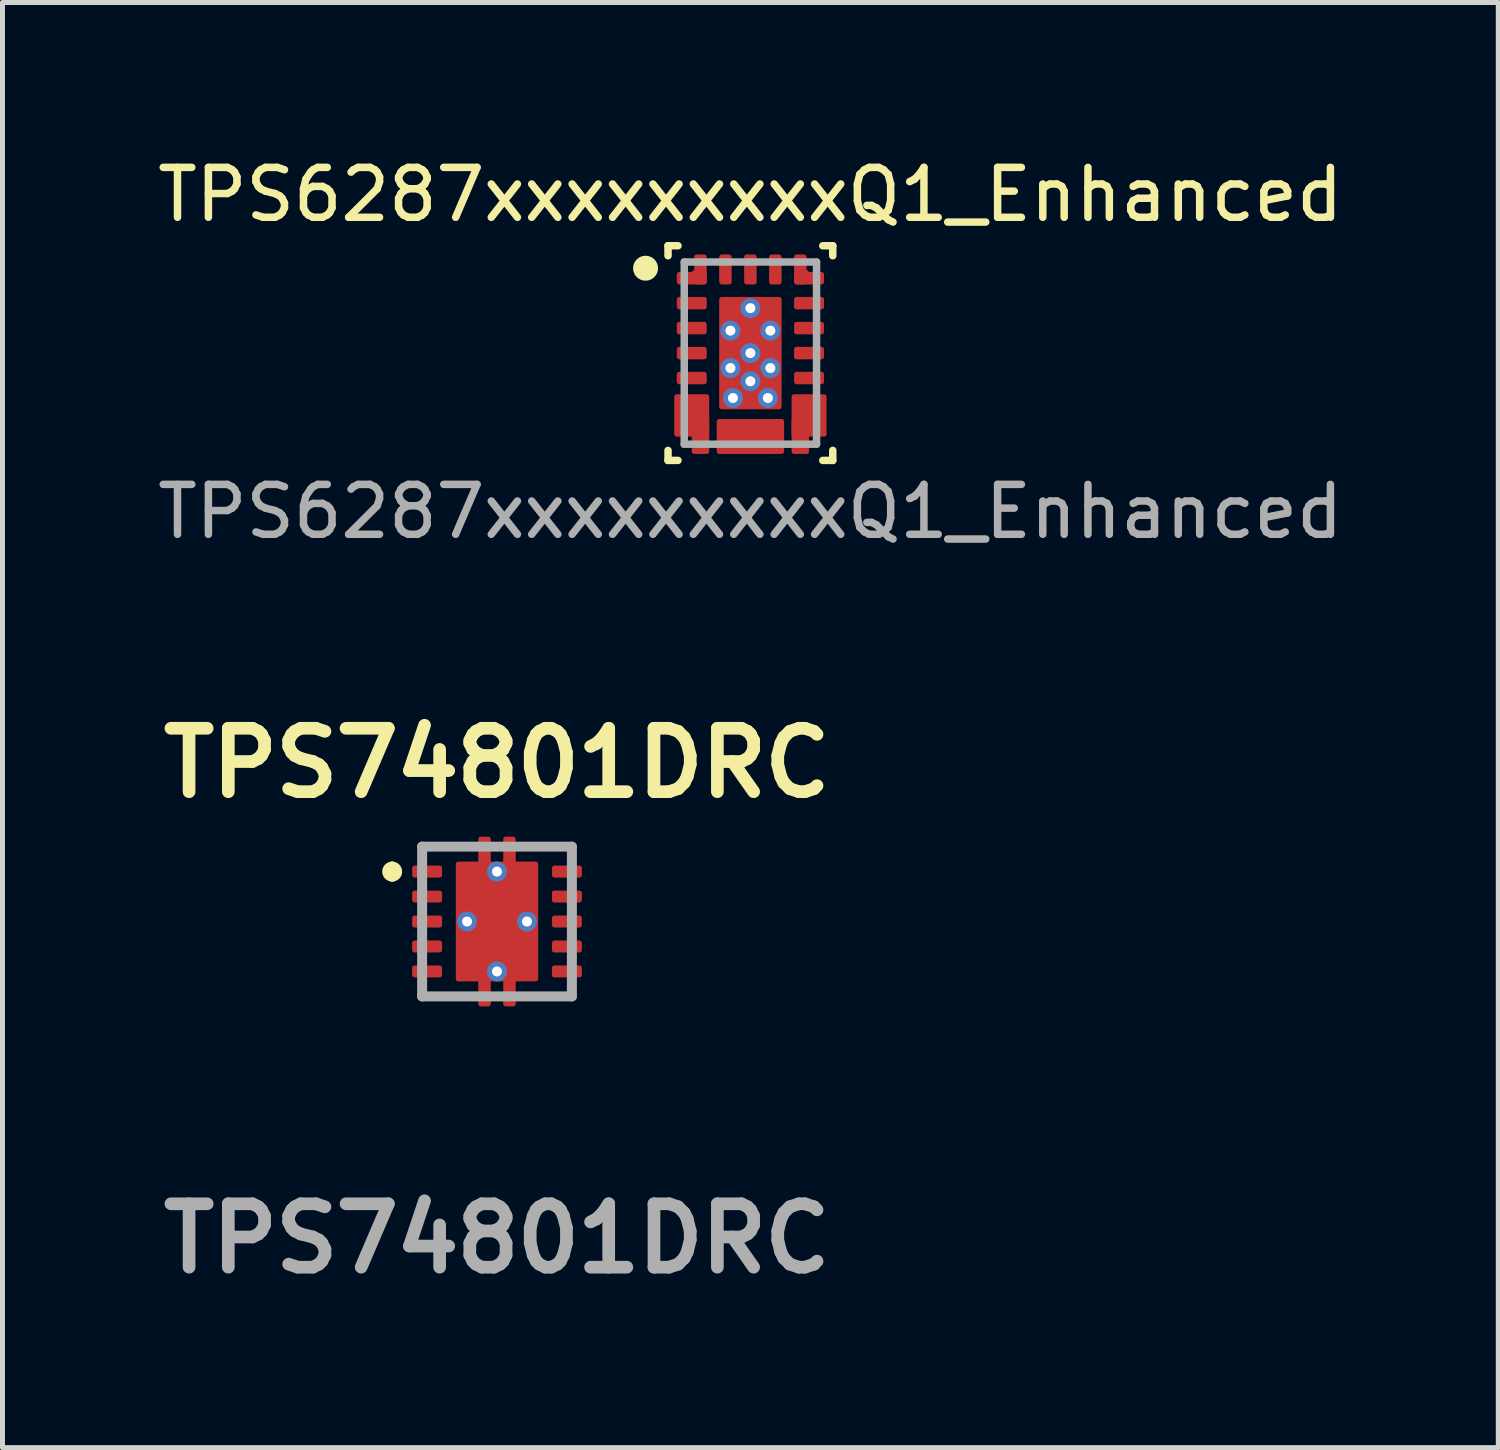
<source format=kicad_pcb>
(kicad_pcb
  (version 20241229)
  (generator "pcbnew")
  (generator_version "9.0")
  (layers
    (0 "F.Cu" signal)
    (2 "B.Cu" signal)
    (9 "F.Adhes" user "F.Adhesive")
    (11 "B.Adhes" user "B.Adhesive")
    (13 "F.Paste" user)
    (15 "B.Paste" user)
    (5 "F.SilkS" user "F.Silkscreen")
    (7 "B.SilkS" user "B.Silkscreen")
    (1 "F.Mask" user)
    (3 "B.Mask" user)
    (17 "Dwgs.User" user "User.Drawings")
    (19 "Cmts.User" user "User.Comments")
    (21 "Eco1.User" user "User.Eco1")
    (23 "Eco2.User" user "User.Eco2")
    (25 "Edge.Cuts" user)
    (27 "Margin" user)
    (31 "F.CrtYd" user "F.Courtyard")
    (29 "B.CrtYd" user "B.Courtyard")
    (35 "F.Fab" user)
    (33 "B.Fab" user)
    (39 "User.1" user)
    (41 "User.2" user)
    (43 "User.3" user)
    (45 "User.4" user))
  (footprint "TPS74801DRC"
    (layer "F.Cu")
    (at 6.906 15.41)
    (property "Reference" "TPS74801DRC" (at 0 -3.175 0) (layer "F.SilkS") (effects (font (size 1.27 1.27) (thickness 0.254))))
    (attr smd)
    (fp_line (start -2.1 -1.1) (end -2.1 -1.1) (stroke (width 0.2) (type solid)) (layer "F.SilkS"))
    (fp_line (start -2.1 -0.9) (end -2.1 -0.9) (stroke (width 0.2) (type solid)) (layer "F.SilkS"))
    (fp_line (start -1.5 -1.5) (end -0.6 -1.5) (stroke (width 0.1) (type solid)) (layer "F.SilkS"))
    (fp_line (start -1.5 -1.3) (end -1.5 -1.5) (stroke (width 0.1) (type solid)) (layer "F.SilkS"))
    (fp_line (start -1.5 1.3) (end -1.5 1.5) (stroke (width 0.1) (type solid)) (layer "F.SilkS"))
    (fp_line (start -1.5 1.5) (end -0.6 1.5) (stroke (width 0.1) (type solid)) (layer "F.SilkS"))
    (fp_line (start 0.6 -1.5) (end 1.5 -1.5) (stroke (width 0.1) (type solid)) (layer "F.SilkS"))
    (fp_line (start 0.6 1.5) (end 1.5 1.5) (stroke (width 0.1) (type solid)) (layer "F.SilkS"))
    (fp_line (start 1.5 -1.5) (end 1.5 -1.3) (stroke (width 0.1) (type solid)) (layer "F.SilkS"))
    (fp_line (start 1.5 1.5) (end 1.5 1.3) (stroke (width 0.1) (type solid)) (layer "F.SilkS"))
    (fp_arc (start -2.1 -1.1) (mid -2 -1) (end -2.1 -0.9) (stroke (width 0.2) (type solid)) (layer "F.SilkS"))
    (fp_arc (start -2.1 -0.9) (mid -2.2 -1) (end -2.1 -1.1) (stroke (width 0.2) (type solid)) (layer "F.SilkS"))
    (fp_rect (start -0.7 -0.85) (end 0.7 -0.15) (stroke (width 0.1) (type solid)) (fill yes) (layer "F.Paste"))
    (fp_rect (start -0.7 0.15) (end 0.7 0.85) (stroke (width 0.1) (type solid)) (fill yes) (layer "F.Paste"))
    (fp_line (start -1.5 -1.5) (end 1.5 -1.5) (stroke (width 0.2) (type solid)) (layer "F.Fab"))
    (fp_line (start -1.5 1.5) (end -1.5 -1.5) (stroke (width 0.2) (type solid)) (layer "F.Fab"))
    (fp_line (start 1.5 -1.5) (end 1.5 1.5) (stroke (width 0.2) (type solid)) (layer "F.Fab"))
    (fp_line (start 1.5 1.5) (end -1.5 1.5) (stroke (width 0.2) (type solid)) (layer "F.Fab"))
    (fp_text user "${REFERENCE}" (at 0 6.35 0) (layer "F.Fab") (effects (font (size 1.27 1.27) (thickness 0.254))))
    (pad "1" smd roundrect (at -1.4 -1 90) (size 0.24 0.6) (layers "F.Cu" "F.Mask" "F.Paste") (roundrect_rratio 0.208))
    (pad "2" smd roundrect (at -1.4 -0.5 90) (size 0.24 0.6) (layers "F.Cu" "F.Mask" "F.Paste") (roundrect_rratio 0.208))
    (pad "3" smd roundrect (at -1.4 0 90) (size 0.24 0.6) (layers "F.Cu" "F.Mask" "F.Paste") (roundrect_rratio 0.208))
    (pad "4" smd roundrect (at -1.4 0.5 90) (size 0.24 0.6) (layers "F.Cu" "F.Mask" "F.Paste") (roundrect_rratio 0.208))
    (pad "5" smd roundrect (at -1.4 1 90) (size 0.24 0.6) (layers "F.Cu" "F.Mask" "F.Paste") (roundrect_rratio 0.208))
    (pad "6" smd roundrect (at 1.4 1 90) (size 0.24 0.6) (layers "F.Cu" "F.Mask" "F.Paste") (roundrect_rratio 0.208))
    (pad "7" smd roundrect (at 1.4 0.5 90) (size 0.24 0.6) (layers "F.Cu" "F.Mask" "F.Paste") (roundrect_rratio 0.208))
    (pad "8" smd roundrect (at 1.4 0 90) (size 0.24 0.6) (layers "F.Cu" "F.Mask" "F.Paste") (roundrect_rratio 0.208))
    (pad "9" smd roundrect (at 1.4 -0.5 90) (size 0.24 0.6) (layers "F.Cu" "F.Mask" "F.Paste") (roundrect_rratio 0.208))
    (pad "10" smd roundrect (at 1.4 -1 90) (size 0.24 0.6) (layers "F.Cu" "F.Mask" "F.Paste") (roundrect_rratio 0.208))
    (pad "11" thru_hole circle (at -0.6 0) (size 0.4 0.4) (drill 0.2) (layers "*.Cu" "F.Mask"))
    (pad "11" smd roundrect (at -0.25 -1.4) (size 0.25 0.6) (layers "F.Cu" "F.Mask" "F.Paste") (roundrect_rratio 0.2))
    (pad "11" smd roundrect (at -0.25 1.4) (size 0.25 0.6) (layers "F.Cu" "F.Mask" "F.Paste") (roundrect_rratio 0.2))
    (pad "11" thru_hole circle (at 0 -1) (size 0.4 0.4) (drill 0.2) (layers "*.Cu" "F.Mask"))
    (pad "11" smd roundrect (at 0 0) (size 1.65 2.4) (layers "F.Cu" "F.Mask") (roundrect_rratio 0.03))
    (pad "11" thru_hole circle (at 0 1) (size 0.4 0.4) (drill 0.2) (layers "*.Cu" "F.Mask"))
    (pad "11" smd roundrect (at 0.25 -1.4) (size 0.25 0.6) (layers "F.Cu" "F.Mask" "F.Paste") (roundrect_rratio 0.2))
    (pad "11" smd roundrect (at 0.25 1.4) (size 0.25 0.6) (layers "F.Cu" "F.Mask" "F.Paste") (roundrect_rratio 0.2))
    (pad "11" thru_hole circle (at 0.6 0) (size 0.4 0.4) (drill 0.2) (layers "*.Cu" "F.Mask")))
  (footprint "TPS6287xxxxxxxxxQ1_Enhanced"
    (layer "F.Cu")
    (at 11.982 4.023)
    (property "Reference" "TPS6287xxxxxxxxxQ1_Enhanced" (at 0 -3.175 0) (unlocked yes) (layer "F.SilkS") (effects (font (size 1 1) (thickness 0.15))))
    (attr smd)
    (fp_line (start -1.65 2.15) (end -1.65 1.95) (stroke (width 0.15) (type solid)) (layer "F.SilkS"))
    (fp_line (start -1.65 2.15) (end -1.45 2.15) (stroke (width 0.15) (type solid)) (layer "F.SilkS"))
    (fp_line (start -1.65 -2.15) (end -1.45 -2.15) (stroke (width 0.15) (type solid)) (layer "F.SilkS"))
    (fp_line (start -1.65 -1.95) (end -1.65 -2.15) (stroke (width 0.15) (type solid)) (layer "F.SilkS"))
    (fp_line (start 1.45 2.15) (end 1.65 2.15) (stroke (width 0.15) (type solid)) (layer "F.SilkS"))
    (fp_line (start 1.45 -2.15) (end 1.65 -2.15) (stroke (width 0.15) (type solid)) (layer "F.SilkS"))
    (fp_line (start 1.65 2.15) (end 1.65 1.95) (stroke (width 0.15) (type solid)) (layer "F.SilkS"))
    (fp_line (start 1.65 -1.95) (end 1.65 -2.15) (stroke (width 0.15) (type solid)) (layer "F.SilkS"))
    (fp_circle (center -2.1 -1.7) (end -1.975 -1.7) (stroke (width 0.25) (type solid)) (fill no) (layer "F.SilkS"))
    (fp_rect (start -0.575 -1.075) (end 0.575 -0.15) (stroke (width 0.05) (type solid)) (fill yes) (layer "F.Paste"))
    (fp_rect (start -0.575 0.15) (end 0.575 1.075) (stroke (width 0.05) (type solid)) (fill yes) (layer "F.Paste"))
    (fp_line (start -1.325 -1.825) (end 1.325 -1.825) (stroke (width 0.15) (type solid)) (layer "F.Fab"))
    (fp_line (start -1.325 1.825) (end -1.325 -1.825) (stroke (width 0.15) (type solid)) (layer "F.Fab"))
    (fp_line (start -1.325 1.825) (end 1.325 1.825) (stroke (width 0.15) (type solid)) (layer "F.Fab"))
    (fp_line (start 1.325 1.825) (end 1.325 -1.825) (stroke (width 0.15) (type solid)) (layer "F.Fab"))
    (fp_text user "${REFERENCE}" (at 0 3.175 0) (unlocked yes) (layer "F.Fab") (effects (font (size 1 1) (thickness 0.15))))
    (pad "1" smd custom (at -1.175 -1.5 90) (size 0.25 0.25) (layers "F.Cu" "F.Mask" "F.Paste") (options (anchor circle)) (primitives (gr_poly (pts (xy -0.125 -0.25) (xy -0.121 -0.269) (xy -0.11 -0.285) (xy -0.094 -0.296) (xy -0.075 -0.3) (xy 0.075 -0.3) (xy 0.094 -0.296) (xy 0.11 -0.285) (xy 0.121 -0.269) (xy 0.125 -0.25) (xy 0.125 0.25) (xy 0.121 0.269) (xy 0.11 0.285) (xy 0.094 0.296) (xy 0.075 0.3) (xy -0.075 0.3) (xy -0.094 0.296) (xy -0.11 0.285) (xy -0.121 0.269) (xy -0.125 0.25)) (width 0) (fill yes)) (gr_poly (pts (xy 0.175 0.05) (xy 0.125 0) (xy 0.1 0.083)) (width 0) (fill yes))))
    (pad "1" smd roundrect (at -1 -1.675) (size 0.25 0.6) (layers "F.Cu" "F.Mask" "F.Paste") (roundrect_rratio 0.2))
    (pad "2" smd roundrect (at -1.175 -1) (size 0.6 0.25) (layers "F.Cu" "F.Mask" "F.Paste") (roundrect_rratio 0.2))
    (pad "3" smd roundrect (at -1.175 -0.5) (size 0.6 0.25) (layers "F.Cu" "F.Mask" "F.Paste") (roundrect_rratio 0.2))
    (pad "4" smd roundrect (at -1.175 0) (size 0.6 0.25) (layers "F.Cu" "F.Mask" "F.Paste") (roundrect_rratio 0.2))
    (pad "5" smd roundrect (at -1.175 0.5) (size 0.6 0.25) (layers "F.Cu" "F.Mask" "F.Paste") (roundrect_rratio 0.2))
    (pad "6" smd roundrect (at -1.175 1) (size 0.6 0.25) (layers "F.Cu" "F.Mask" "F.Paste") (roundrect_rratio 0.2))
    (pad "6" smd roundrect (at -1.175 1.25) (size 0.7 0.85) (layers "F.Cu") (roundrect_rratio 0.071))
    (pad "6" smd custom (at -1.175 1.5) (size 0.25 0.25) (layers "F.Cu" "F.Mask" "F.Paste") (options (anchor circle)) (primitives (gr_poly (pts (xy -0.3 -0.075) (xy -0.296 -0.094) (xy -0.285 -0.11) (xy -0.269 -0.121) (xy -0.25 -0.125) (xy 0.25 -0.125) (xy 0.269 -0.121) (xy 0.285 -0.11) (xy 0.296 -0.094) (xy 0.3 -0.075) (xy 0.3 0.075) (xy 0.296 0.094) (xy 0.285 0.11) (xy 0.269 0.121) (xy 0.25 0.125) (xy -0.25 0.125) (xy -0.269 0.121) (xy -0.285 0.11) (xy -0.296 0.094) (xy -0.3 0.075)) (width 0) (fill yes)) (gr_poly (pts (xy 0 0.125) (xy 0.05 0.17) (xy 0.065 0.11)) (width 0) (fill yes))))
    (pad "6" smd custom (at -1 1.25) (size 0.25 0.6) (layers "F.Cu" "F.Mask" "F.Paste") (options (anchor circle)) (primitives (gr_poly (pts (xy -0.125 -0.25) (xy -0.121 -0.269) (xy -0.11 -0.285) (xy -0.094 -0.296) (xy -0.075 -0.3) (xy 0.075 -0.3) (xy 0.094 -0.296) (xy 0.11 -0.285) (xy 0.121 -0.269) (xy 0.125 -0.25) (xy 0.125 0.25) (xy 0.121 0.269) (xy 0.11 0.285) (xy 0.094 0.296) (xy 0.075 0.3) (xy -0.075 0.3) (xy -0.094 0.296) (xy -0.11 0.285) (xy -0.121 0.269) (xy -0.125 0.25)) (width 0) (fill yes)) (gr_poly (pts (xy -0.175 -0.125) (xy -0.12 -0.07) (xy -0.12 0.07) (xy -0.175 0.125) (xy -0.17 0.14) (xy -0.11 0.14) (xy -0.11 -0.14) (xy -0.17 -0.14)) (width 0) (fill yes))))
    (pad "6" smd roundrect (at -1 1.67) (size 0.25 0.6) (layers "F.Cu" "F.Mask" "F.Paste") (roundrect_rratio 0.2))
    (pad "6" smd roundrect (at -1 1.67) (size 0.35 0.7) (layers "F.Cu") (roundrect_rratio 0.143))
    (pad "7" smd roundrect (at -0.5 1.67) (size 0.25 0.6) (layers "F.Cu" "F.Mask" "F.Paste") (roundrect_rratio 0.2))
    (pad "7" smd custom (at -0.25 1.495) (size 0.25 0.25) (layers "F.Cu" "F.Mask" "F.Paste") (options (anchor circle)) (primitives (gr_poly (pts (xy -0.3 -0.075) (xy -0.296 -0.094) (xy -0.285 -0.11) (xy -0.269 -0.121) (xy -0.25 -0.125) (xy 0.25 -0.125) (xy 0.269 -0.121) (xy 0.285 -0.11) (xy 0.296 -0.094) (xy 0.3 -0.075) (xy 0.3 0.075) (xy 0.296 0.094) (xy 0.285 0.11) (xy 0.269 0.121) (xy 0.25 0.125) (xy -0.25 0.125) (xy -0.269 0.121) (xy -0.285 0.11) (xy -0.296 0.094) (xy -0.3 0.075)) (width 0) (fill yes)) (gr_poly (pts (xy -0.125 0.175) (xy -0.07 0.125) (xy 0.07 0.125) (xy 0.125 0.175) (xy 0.15 0.175) (xy 0.15 0.105) (xy -0.14 0.105) (xy -0.14 0.175)) (width 0) (fill yes))))
    (pad "7" smd roundrect (at 0 1.67) (size 0.25 0.6) (layers "F.Cu" "F.Mask" "F.Paste") (roundrect_rratio 0.2))
    (pad "7" smd roundrect (at 0 1.67) (size 1.35 0.7) (layers "F.Cu") (roundrect_rratio 0.071))
    (pad "7" smd custom (at 0.25 1.495) (size 0.25 0.25) (layers "F.Cu" "F.Mask" "F.Paste") (options (anchor circle)) (primitives (gr_poly (pts (xy -0.3 -0.075) (xy -0.296 -0.094) (xy -0.285 -0.11) (xy -0.269 -0.121) (xy -0.25 -0.125) (xy 0.25 -0.125) (xy 0.269 -0.121) (xy 0.285 -0.11) (xy 0.296 -0.094) (xy 0.3 -0.075) (xy 0.3 0.075) (xy 0.296 0.094) (xy 0.285 0.11) (xy 0.269 0.121) (xy 0.25 0.125) (xy -0.25 0.125) (xy -0.269 0.121) (xy -0.285 0.11) (xy -0.296 0.094) (xy -0.3 0.075)) (width 0) (fill yes)) (gr_poly (pts (xy -0.125 0.175) (xy -0.07 0.125) (xy 0.07 0.125) (xy 0.125 0.175) (xy 0.15 0.175) (xy 0.15 0.105) (xy -0.14 0.105) (xy -0.14 0.175)) (width 0) (fill yes))))
    (pad "7" smd roundrect (at 0.5 1.67) (size 0.25 0.6) (layers "F.Cu" "F.Mask" "F.Paste") (roundrect_rratio 0.2))
    (pad "8" smd custom (at 1 1.25) (size 0.25 0.25) (layers "F.Cu" "F.Mask" "F.Paste") (options (anchor circle)) (primitives (gr_poly (pts (xy 0.125 -0.25) (xy 0.121 -0.269) (xy 0.11 -0.285) (xy 0.094 -0.296) (xy 0.075 -0.3) (xy -0.075 -0.3) (xy -0.094 -0.296) (xy -0.11 -0.285) (xy -0.121 -0.269) (xy -0.125 -0.25) (xy -0.125 0.25) (xy -0.121 0.269) (xy -0.11 0.285) (xy -0.094 0.296) (xy -0.075 0.3) (xy 0.075 0.3) (xy 0.094 0.296) (xy 0.11 0.285) (xy 0.121 0.269) (xy 0.125 0.25)) (width 0) (fill yes)) (gr_poly (pts (xy 0.175 -0.125) (xy 0.12 -0.07) (xy 0.12 0.07) (xy 0.175 0.125) (xy 0.17 0.14) (xy 0.11 0.14) (xy 0.11 -0.14) (xy 0.17 -0.14)) (width 0) (fill yes))))
    (pad "8" smd roundrect (at 1 1.67) (size 0.25 0.6) (layers "F.Cu" "F.Mask" "F.Paste") (roundrect_rratio 0.2))
    (pad "8" smd roundrect (at 1 1.67) (size 0.35 0.7) (layers "F.Cu") (roundrect_rratio 0.143))
    (pad "8" smd roundrect (at 1.175 1) (size 0.6 0.25) (layers "F.Cu" "F.Mask" "F.Paste") (roundrect_rratio 0.2))
    (pad "8" smd roundrect (at 1.175 1.25) (size 0.7 0.85) (layers "F.Cu") (roundrect_rratio 0.071))
    (pad "8" smd custom (at 1.175 1.5) (size 0.25 0.25) (layers "F.Cu" "F.Mask" "F.Paste") (options (anchor circle)) (primitives (gr_poly (pts (xy 0.3 -0.075) (xy 0.296 -0.094) (xy 0.285 -0.11) (xy 0.269 -0.121) (xy 0.25 -0.125) (xy -0.25 -0.125) (xy -0.269 -0.121) (xy -0.285 -0.11) (xy -0.296 -0.094) (xy -0.3 -0.075) (xy -0.3 0.075) (xy -0.296 0.094) (xy -0.285 0.11) (xy -0.269 0.121) (xy -0.25 0.125) (xy 0.25 0.125) (xy 0.269 0.121) (xy 0.285 0.11) (xy 0.296 0.094) (xy 0.3 0.075)) (width 0) (fill yes)) (gr_poly (pts (xy 0 0.125) (xy -0.05 0.17) (xy -0.065 0.11)) (width 0) (fill yes))))
    (pad "9" smd roundrect (at 1.175 0.5) (size 0.6 0.25) (layers "F.Cu" "F.Mask" "F.Paste") (roundrect_rratio 0.2))
    (pad "10" smd roundrect (at 1.175 0) (size 0.6 0.25) (layers "F.Cu" "F.Mask" "F.Paste") (roundrect_rratio 0.2))
    (pad "11" smd roundrect (at 1.175 -0.5) (size 0.6 0.25) (layers "F.Cu" "F.Mask" "F.Paste") (roundrect_rratio 0.2))
    (pad "12" smd roundrect (at 1.175 -1) (size 0.6 0.25) (layers "F.Cu" "F.Mask" "F.Paste") (roundrect_rratio 0.2))
    (pad "13" smd roundrect (at 1 -1.675) (size 0.25 0.6) (layers "F.Cu" "F.Mask" "F.Paste") (roundrect_rratio 0.2))
    (pad "13" smd custom (at 1.175 -1.5) (size 0.25 0.25) (layers "F.Cu" "F.Mask" "F.Paste") (options (anchor circle)) (primitives (gr_poly (pts (xy -0.3 -0.075) (xy -0.296 -0.094) (xy -0.285 -0.11) (xy -0.269 -0.121) (xy -0.25 -0.125) (xy 0.25 -0.125) (xy 0.269 -0.121) (xy 0.285 -0.11) (xy 0.296 -0.094) (xy 0.3 -0.075) (xy 0.3 0.075) (xy 0.296 0.094) (xy 0.285 0.11) (xy 0.269 0.121) (xy 0.25 0.125) (xy -0.25 0.125) (xy -0.269 0.121) (xy -0.285 0.11) (xy -0.296 0.094) (xy -0.3 0.075)) (width 0) (fill yes)) (gr_poly (pts (xy 0 -0.125) (xy -0.05 -0.175) (xy -0.083 -0.1)) (width 0) (fill yes))))
    (pad "14" smd roundrect (at 0.5 -1.675) (size 0.25 0.6) (layers "F.Cu" "F.Mask" "F.Paste") (roundrect_rratio 0.2))
    (pad "15" smd roundrect (at 0 -1.675) (size 0.25 0.6) (layers "F.Cu" "F.Mask" "F.Paste") (roundrect_rratio 0.2))
    (pad "16" smd roundrect (at -0.5 -1.675) (size 0.25 0.6) (layers "F.Cu" "F.Mask" "F.Paste") (roundrect_rratio 0.2))
    (pad "17" thru_hole circle (at -0.4 -0.45) (size 0.4 0.4) (drill 0.2) (layers "*.Cu" "F.Mask"))
    (pad "17" thru_hole circle (at -0.4 0.3) (size 0.4 0.4) (drill 0.2) (layers "*.Cu" "F.Mask"))
    (pad "17" thru_hole circle (at -0.35 0.9) (size 0.4 0.4) (drill 0.2) (layers "*.Cu" "F.Mask"))
    (pad "17" thru_hole circle (at 0 -0.9) (size 0.4 0.4) (drill 0.2) (layers "*.Cu" "F.Mask"))
    (pad "17" thru_hole circle (at 0 0) (size 0.4 0.4) (drill 0.2) (layers "*.Cu" "F.Mask"))
    (pad "17" smd roundrect (at 0 0) (size 1.25 2.25) (layers "F.Cu" "F.Mask") (roundrect_rratio 0.04))
    (pad "17" thru_hole circle (at 0 0.565) (size 0.4 0.4) (drill 0.2) (layers "*.Cu" "F.Mask"))
    (pad "17" thru_hole circle (at 0.35 0.9) (size 0.4 0.4) (drill 0.2) (layers "*.Cu" "F.Mask"))
    (pad "17" thru_hole circle (at 0.4 -0.45) (size 0.4 0.4) (drill 0.2) (layers "*.Cu" "F.Mask"))
    (pad "17" thru_hole circle (at 0.4 0.3) (size 0.4 0.4) (drill 0.2) (layers "*.Cu" "F.Mask")))
  (gr_rect
    (start -3 -3)
    (end 26.964 25.949)
    (stroke (width 0.1) (type default))
    (fill no)
    (layer "Edge.Cuts")))
</source>
